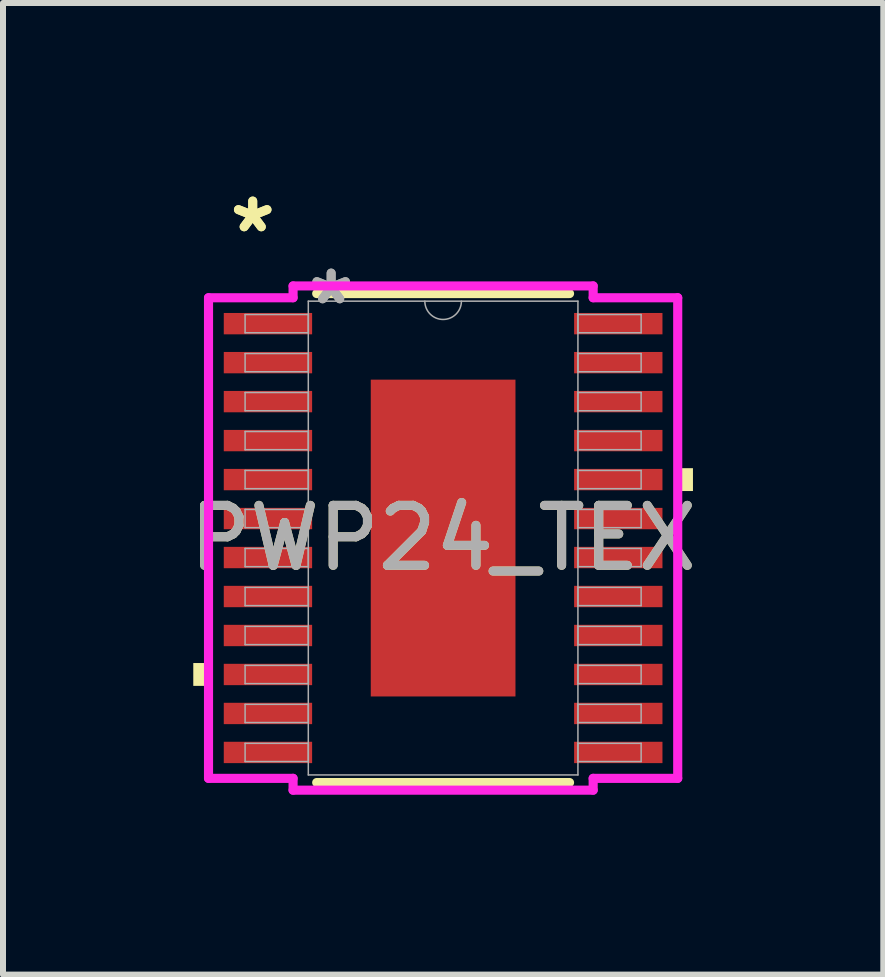
<source format=kicad_pcb>
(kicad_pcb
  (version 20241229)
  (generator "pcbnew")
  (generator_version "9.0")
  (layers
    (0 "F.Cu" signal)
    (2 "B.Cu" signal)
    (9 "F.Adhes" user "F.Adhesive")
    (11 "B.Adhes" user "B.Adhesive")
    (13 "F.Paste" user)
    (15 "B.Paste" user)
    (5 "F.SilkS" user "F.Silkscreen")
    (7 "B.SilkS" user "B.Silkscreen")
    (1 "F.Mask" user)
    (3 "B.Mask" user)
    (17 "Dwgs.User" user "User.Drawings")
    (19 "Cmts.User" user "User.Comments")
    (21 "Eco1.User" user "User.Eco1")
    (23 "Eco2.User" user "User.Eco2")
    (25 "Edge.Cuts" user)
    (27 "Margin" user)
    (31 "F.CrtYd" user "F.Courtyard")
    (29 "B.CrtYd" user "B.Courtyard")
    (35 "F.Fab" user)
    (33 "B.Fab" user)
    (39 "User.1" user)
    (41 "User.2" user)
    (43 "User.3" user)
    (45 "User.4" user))
  (footprint "PWP24_TEX"
    (layer "F.Cu")
    (at 4.339 5.922)
    (property "Reference" "PWP24_TEX" (at 0 0 0) (unlocked yes) (layer "F.SilkS") (effects (font (size 1 1) (thickness 0.15))))
    (attr smd)
    (fp_line (start -2.108 4.077) (end 2.108 4.077) (stroke (width 0.152) (type solid)) (layer "F.SilkS"))
    (fp_line (start 2.108 -4.077) (end -2.108 -4.077) (stroke (width 0.152) (type solid)) (layer "F.SilkS"))
    (fp_poly (pts (xy -4.166 2.084) (xy -4.166 2.465) (xy -3.912 2.465) (xy -3.912 2.084)) (stroke (width 0) (type solid)) (fill yes) (layer "F.SilkS"))
    (fp_poly (pts (xy 4.166 -1.165) (xy 4.166 -0.784) (xy 3.912 -0.784) (xy 3.912 -1.165)) (stroke (width 0) (type solid)) (fill yes) (layer "F.SilkS"))
    (fp_poly (pts (xy -1.107 -2.542) (xy -1.107 -1.421) (xy 1.107 -1.421) (xy 1.107 -2.542)) (stroke (width 0) (type solid)) (fill yes) (layer "F.Paste"))
    (fp_poly (pts (xy -1.107 -1.221) (xy -1.107 -0.1) (xy 1.107 -0.1) (xy 1.107 -1.221)) (stroke (width 0) (type solid)) (fill yes) (layer "F.Paste"))
    (fp_poly (pts (xy -1.107 0.1) (xy -1.107 1.221) (xy 1.107 1.221) (xy 1.107 0.1)) (stroke (width 0) (type solid)) (fill yes) (layer "F.Paste"))
    (fp_poly (pts (xy -1.107 1.421) (xy -1.107 2.542) (xy 1.107 2.542) (xy 1.107 1.421)) (stroke (width 0) (type solid)) (fill yes) (layer "F.Paste"))
    (fp_line (start -3.912 -4.007) (end -2.502 -4.007) (stroke (width 0.152) (type solid)) (layer "F.CrtYd"))
    (fp_line (start -3.912 4.007) (end -3.912 -4.007) (stroke (width 0.152) (type solid)) (layer "F.CrtYd"))
    (fp_line (start -3.912 4.007) (end -2.502 4.007) (stroke (width 0.152) (type solid)) (layer "F.CrtYd"))
    (fp_line (start -2.502 -4.204) (end 2.502 -4.204) (stroke (width 0.152) (type solid)) (layer "F.CrtYd"))
    (fp_line (start -2.502 -4.007) (end -2.502 -4.204) (stroke (width 0.152) (type solid)) (layer "F.CrtYd"))
    (fp_line (start -2.502 4.204) (end -2.502 4.007) (stroke (width 0.152) (type solid)) (layer "F.CrtYd"))
    (fp_line (start 2.502 -4.204) (end 2.502 -4.007) (stroke (width 0.152) (type solid)) (layer "F.CrtYd"))
    (fp_line (start 2.502 4.007) (end 2.502 4.204) (stroke (width 0.152) (type solid)) (layer "F.CrtYd"))
    (fp_line (start 2.502 4.204) (end -2.502 4.204) (stroke (width 0.152) (type solid)) (layer "F.CrtYd"))
    (fp_line (start 3.912 -4.007) (end 2.502 -4.007) (stroke (width 0.152) (type solid)) (layer "F.CrtYd"))
    (fp_line (start 3.912 -4.007) (end 3.912 4.007) (stroke (width 0.152) (type solid)) (layer "F.CrtYd"))
    (fp_line (start 3.912 4.007) (end 2.502 4.007) (stroke (width 0.152) (type solid)) (layer "F.CrtYd"))
    (fp_line (start -3.302 -3.727) (end -3.302 -3.423) (stroke (width 0.025) (type solid)) (layer "F.Fab"))
    (fp_line (start -3.302 -3.423) (end -2.248 -3.423) (stroke (width 0.025) (type solid)) (layer "F.Fab"))
    (fp_line (start -3.302 -3.077) (end -3.302 -2.773) (stroke (width 0.025) (type solid)) (layer "F.Fab"))
    (fp_line (start -3.302 -2.773) (end -2.248 -2.773) (stroke (width 0.025) (type solid)) (layer "F.Fab"))
    (fp_line (start -3.302 -2.427) (end -3.302 -2.123) (stroke (width 0.025) (type solid)) (layer "F.Fab"))
    (fp_line (start -3.302 -2.123) (end -2.248 -2.123) (stroke (width 0.025) (type solid)) (layer "F.Fab"))
    (fp_line (start -3.302 -1.777) (end -3.302 -1.473) (stroke (width 0.025) (type solid)) (layer "F.Fab"))
    (fp_line (start -3.302 -1.473) (end -2.248 -1.473) (stroke (width 0.025) (type solid)) (layer "F.Fab"))
    (fp_line (start -3.302 -1.127) (end -3.302 -0.823) (stroke (width 0.025) (type solid)) (layer "F.Fab"))
    (fp_line (start -3.302 -0.823) (end -2.248 -0.823) (stroke (width 0.025) (type solid)) (layer "F.Fab"))
    (fp_line (start -3.302 -0.477) (end -3.302 -0.173) (stroke (width 0.025) (type solid)) (layer "F.Fab"))
    (fp_line (start -3.302 -0.173) (end -2.248 -0.173) (stroke (width 0.025) (type solid)) (layer "F.Fab"))
    (fp_line (start -3.302 0.173) (end -3.302 0.477) (stroke (width 0.025) (type solid)) (layer "F.Fab"))
    (fp_line (start -3.302 0.477) (end -2.248 0.477) (stroke (width 0.025) (type solid)) (layer "F.Fab"))
    (fp_line (start -3.302 0.823) (end -3.302 1.127) (stroke (width 0.025) (type solid)) (layer "F.Fab"))
    (fp_line (start -3.302 1.127) (end -2.248 1.127) (stroke (width 0.025) (type solid)) (layer "F.Fab"))
    (fp_line (start -3.302 1.473) (end -3.302 1.777) (stroke (width 0.025) (type solid)) (layer "F.Fab"))
    (fp_line (start -3.302 1.777) (end -2.248 1.777) (stroke (width 0.025) (type solid)) (layer "F.Fab"))
    (fp_line (start -3.302 2.123) (end -3.302 2.427) (stroke (width 0.025) (type solid)) (layer "F.Fab"))
    (fp_line (start -3.302 2.427) (end -2.248 2.427) (stroke (width 0.025) (type solid)) (layer "F.Fab"))
    (fp_line (start -3.302 2.773) (end -3.302 3.077) (stroke (width 0.025) (type solid)) (layer "F.Fab"))
    (fp_line (start -3.302 3.077) (end -2.248 3.077) (stroke (width 0.025) (type solid)) (layer "F.Fab"))
    (fp_line (start -3.302 3.423) (end -3.302 3.727) (stroke (width 0.025) (type solid)) (layer "F.Fab"))
    (fp_line (start -3.302 3.727) (end -2.248 3.727) (stroke (width 0.025) (type solid)) (layer "F.Fab"))
    (fp_line (start -2.248 -3.95) (end -2.248 3.95) (stroke (width 0.025) (type solid)) (layer "F.Fab"))
    (fp_line (start -2.248 -3.727) (end -3.302 -3.727) (stroke (width 0.025) (type solid)) (layer "F.Fab"))
    (fp_line (start -2.248 -3.423) (end -2.248 -3.727) (stroke (width 0.025) (type solid)) (layer "F.Fab"))
    (fp_line (start -2.248 -3.077) (end -3.302 -3.077) (stroke (width 0.025) (type solid)) (layer "F.Fab"))
    (fp_line (start -2.248 -2.773) (end -2.248 -3.077) (stroke (width 0.025) (type solid)) (layer "F.Fab"))
    (fp_line (start -2.248 -2.427) (end -3.302 -2.427) (stroke (width 0.025) (type solid)) (layer "F.Fab"))
    (fp_line (start -2.248 -2.123) (end -2.248 -2.427) (stroke (width 0.025) (type solid)) (layer "F.Fab"))
    (fp_line (start -2.248 -1.777) (end -3.302 -1.777) (stroke (width 0.025) (type solid)) (layer "F.Fab"))
    (fp_line (start -2.248 -1.473) (end -2.248 -1.777) (stroke (width 0.025) (type solid)) (layer "F.Fab"))
    (fp_line (start -2.248 -1.127) (end -3.302 -1.127) (stroke (width 0.025) (type solid)) (layer "F.Fab"))
    (fp_line (start -2.248 -0.823) (end -2.248 -1.127) (stroke (width 0.025) (type solid)) (layer "F.Fab"))
    (fp_line (start -2.248 -0.477) (end -3.302 -0.477) (stroke (width 0.025) (type solid)) (layer "F.Fab"))
    (fp_line (start -2.248 -0.173) (end -2.248 -0.477) (stroke (width 0.025) (type solid)) (layer "F.Fab"))
    (fp_line (start -2.248 0.173) (end -3.302 0.173) (stroke (width 0.025) (type solid)) (layer "F.Fab"))
    (fp_line (start -2.248 0.477) (end -2.248 0.173) (stroke (width 0.025) (type solid)) (layer "F.Fab"))
    (fp_line (start -2.248 0.823) (end -3.302 0.823) (stroke (width 0.025) (type solid)) (layer "F.Fab"))
    (fp_line (start -2.248 1.127) (end -2.248 0.823) (stroke (width 0.025) (type solid)) (layer "F.Fab"))
    (fp_line (start -2.248 1.473) (end -3.302 1.473) (stroke (width 0.025) (type solid)) (layer "F.Fab"))
    (fp_line (start -2.248 1.777) (end -2.248 1.473) (stroke (width 0.025) (type solid)) (layer "F.Fab"))
    (fp_line (start -2.248 2.123) (end -3.302 2.123) (stroke (width 0.025) (type solid)) (layer "F.Fab"))
    (fp_line (start -2.248 2.427) (end -2.248 2.123) (stroke (width 0.025) (type solid)) (layer "F.Fab"))
    (fp_line (start -2.248 2.773) (end -3.302 2.773) (stroke (width 0.025) (type solid)) (layer "F.Fab"))
    (fp_line (start -2.248 3.077) (end -2.248 2.773) (stroke (width 0.025) (type solid)) (layer "F.Fab"))
    (fp_line (start -2.248 3.423) (end -3.302 3.423) (stroke (width 0.025) (type solid)) (layer "F.Fab"))
    (fp_line (start -2.248 3.727) (end -2.248 3.423) (stroke (width 0.025) (type solid)) (layer "F.Fab"))
    (fp_line (start -2.248 3.95) (end 2.248 3.95) (stroke (width 0.025) (type solid)) (layer "F.Fab"))
    (fp_line (start 2.248 -3.95) (end -2.248 -3.95) (stroke (width 0.025) (type solid)) (layer "F.Fab"))
    (fp_line (start 2.248 -3.727) (end 2.248 -3.423) (stroke (width 0.025) (type solid)) (layer "F.Fab"))
    (fp_line (start 2.248 -3.423) (end 3.302 -3.423) (stroke (width 0.025) (type solid)) (layer "F.Fab"))
    (fp_line (start 2.248 -3.077) (end 2.248 -2.773) (stroke (width 0.025) (type solid)) (layer "F.Fab"))
    (fp_line (start 2.248 -2.773) (end 3.302 -2.773) (stroke (width 0.025) (type solid)) (layer "F.Fab"))
    (fp_line (start 2.248 -2.427) (end 2.248 -2.123) (stroke (width 0.025) (type solid)) (layer "F.Fab"))
    (fp_line (start 2.248 -2.123) (end 3.302 -2.123) (stroke (width 0.025) (type solid)) (layer "F.Fab"))
    (fp_line (start 2.248 -1.777) (end 2.248 -1.473) (stroke (width 0.025) (type solid)) (layer "F.Fab"))
    (fp_line (start 2.248 -1.473) (end 3.302 -1.473) (stroke (width 0.025) (type solid)) (layer "F.Fab"))
    (fp_line (start 2.248 -1.127) (end 2.248 -0.823) (stroke (width 0.025) (type solid)) (layer "F.Fab"))
    (fp_line (start 2.248 -0.823) (end 3.302 -0.823) (stroke (width 0.025) (type solid)) (layer "F.Fab"))
    (fp_line (start 2.248 -0.477) (end 2.248 -0.173) (stroke (width 0.025) (type solid)) (layer "F.Fab"))
    (fp_line (start 2.248 -0.173) (end 3.302 -0.173) (stroke (width 0.025) (type solid)) (layer "F.Fab"))
    (fp_line (start 2.248 0.173) (end 2.248 0.477) (stroke (width 0.025) (type solid)) (layer "F.Fab"))
    (fp_line (start 2.248 0.477) (end 3.302 0.477) (stroke (width 0.025) (type solid)) (layer "F.Fab"))
    (fp_line (start 2.248 0.823) (end 2.248 1.127) (stroke (width 0.025) (type solid)) (layer "F.Fab"))
    (fp_line (start 2.248 1.127) (end 3.302 1.127) (stroke (width 0.025) (type solid)) (layer "F.Fab"))
    (fp_line (start 2.248 1.473) (end 2.248 1.777) (stroke (width 0.025) (type solid)) (layer "F.Fab"))
    (fp_line (start 2.248 1.777) (end 3.302 1.777) (stroke (width 0.025) (type solid)) (layer "F.Fab"))
    (fp_line (start 2.248 2.123) (end 2.248 2.427) (stroke (width 0.025) (type solid)) (layer "F.Fab"))
    (fp_line (start 2.248 2.427) (end 3.302 2.427) (stroke (width 0.025) (type solid)) (layer "F.Fab"))
    (fp_line (start 2.248 2.773) (end 2.248 3.077) (stroke (width 0.025) (type solid)) (layer "F.Fab"))
    (fp_line (start 2.248 3.077) (end 3.302 3.077) (stroke (width 0.025) (type solid)) (layer "F.Fab"))
    (fp_line (start 2.248 3.423) (end 2.248 3.727) (stroke (width 0.025) (type solid)) (layer "F.Fab"))
    (fp_line (start 2.248 3.727) (end 3.302 3.727) (stroke (width 0.025) (type solid)) (layer "F.Fab"))
    (fp_line (start 2.248 3.95) (end 2.248 -3.95) (stroke (width 0.025) (type solid)) (layer "F.Fab"))
    (fp_line (start 3.302 -3.727) (end 2.248 -3.727) (stroke (width 0.025) (type solid)) (layer "F.Fab"))
    (fp_line (start 3.302 -3.423) (end 3.302 -3.727) (stroke (width 0.025) (type solid)) (layer "F.Fab"))
    (fp_line (start 3.302 -3.077) (end 2.248 -3.077) (stroke (width 0.025) (type solid)) (layer "F.Fab"))
    (fp_line (start 3.302 -2.773) (end 3.302 -3.077) (stroke (width 0.025) (type solid)) (layer "F.Fab"))
    (fp_line (start 3.302 -2.427) (end 2.248 -2.427) (stroke (width 0.025) (type solid)) (layer "F.Fab"))
    (fp_line (start 3.302 -2.123) (end 3.302 -2.427) (stroke (width 0.025) (type solid)) (layer "F.Fab"))
    (fp_line (start 3.302 -1.777) (end 2.248 -1.777) (stroke (width 0.025) (type solid)) (layer "F.Fab"))
    (fp_line (start 3.302 -1.473) (end 3.302 -1.777) (stroke (width 0.025) (type solid)) (layer "F.Fab"))
    (fp_line (start 3.302 -1.127) (end 2.248 -1.127) (stroke (width 0.025) (type solid)) (layer "F.Fab"))
    (fp_line (start 3.302 -0.823) (end 3.302 -1.127) (stroke (width 0.025) (type solid)) (layer "F.Fab"))
    (fp_line (start 3.302 -0.477) (end 2.248 -0.477) (stroke (width 0.025) (type solid)) (layer "F.Fab"))
    (fp_line (start 3.302 -0.173) (end 3.302 -0.477) (stroke (width 0.025) (type solid)) (layer "F.Fab"))
    (fp_line (start 3.302 0.173) (end 2.248 0.173) (stroke (width 0.025) (type solid)) (layer "F.Fab"))
    (fp_line (start 3.302 0.477) (end 3.302 0.173) (stroke (width 0.025) (type solid)) (layer "F.Fab"))
    (fp_line (start 3.302 0.823) (end 2.248 0.823) (stroke (width 0.025) (type solid)) (layer "F.Fab"))
    (fp_line (start 3.302 1.127) (end 3.302 0.823) (stroke (width 0.025) (type solid)) (layer "F.Fab"))
    (fp_line (start 3.302 1.473) (end 2.248 1.473) (stroke (width 0.025) (type solid)) (layer "F.Fab"))
    (fp_line (start 3.302 1.777) (end 3.302 1.473) (stroke (width 0.025) (type solid)) (layer "F.Fab"))
    (fp_line (start 3.302 2.123) (end 2.248 2.123) (stroke (width 0.025) (type solid)) (layer "F.Fab"))
    (fp_line (start 3.302 2.427) (end 3.302 2.123) (stroke (width 0.025) (type solid)) (layer "F.Fab"))
    (fp_line (start 3.302 2.773) (end 2.248 2.773) (stroke (width 0.025) (type solid)) (layer "F.Fab"))
    (fp_line (start 3.302 3.077) (end 3.302 2.773) (stroke (width 0.025) (type solid)) (layer "F.Fab"))
    (fp_line (start 3.302 3.423) (end 2.248 3.423) (stroke (width 0.025) (type solid)) (layer "F.Fab"))
    (fp_line (start 3.302 3.727) (end 3.302 3.423) (stroke (width 0.025) (type solid)) (layer "F.Fab"))
    (fp_arc (start 0.3048 -3.9497) (mid 0 -3.6449) (end -0.3048 -3.9497) (stroke (width 0.0254) (type solid)) (layer "F.Fab"))
    (fp_text user "*" (at -3.175 -5.074 0) (unlocked yes) (layer "F.SilkS") (effects (font (size 1 1) (thickness 0.15))))
    (fp_text user "*" (at -3.175 -5.074 0) (layer "F.SilkS") (effects (font (size 1 1) (thickness 0.15))))
    (fp_text user "${REFERENCE}" (at 0 0 0) (unlocked yes) (layer "F.Fab") (effects (font (size 1 1) (thickness 0.15))))
    (fp_text user "*" (at -1.867 -3.873 0) (unlocked yes) (layer "F.Fab") (effects (font (size 1 1) (thickness 0.15))))
    (fp_text user "*" (at -1.867 -3.873 0) (layer "F.Fab") (effects (font (size 1 1) (thickness 0.15))))
    (pad "1" smd rect (at -2.921 -3.575) (size 1.473 0.356) (layers "F.Cu" "F.Mask" "F.Paste"))
    (pad "2" smd rect (at -2.921 -2.925) (size 1.473 0.356) (layers "F.Cu" "F.Mask" "F.Paste"))
    (pad "3" smd rect (at -2.921 -2.275) (size 1.473 0.356) (layers "F.Cu" "F.Mask" "F.Paste"))
    (pad "4" smd rect (at -2.921 -1.625) (size 1.473 0.356) (layers "F.Cu" "F.Mask" "F.Paste"))
    (pad "5" smd rect (at -2.921 -0.975) (size 1.473 0.356) (layers "F.Cu" "F.Mask" "F.Paste"))
    (pad "6" smd rect (at -2.921 -0.325) (size 1.473 0.356) (layers "F.Cu" "F.Mask" "F.Paste"))
    (pad "7" smd rect (at -2.921 0.325) (size 1.473 0.356) (layers "F.Cu" "F.Mask" "F.Paste"))
    (pad "8" smd rect (at -2.921 0.975) (size 1.473 0.356) (layers "F.Cu" "F.Mask" "F.Paste"))
    (pad "9" smd rect (at -2.921 1.625) (size 1.473 0.356) (layers "F.Cu" "F.Mask" "F.Paste"))
    (pad "10" smd rect (at -2.921 2.275) (size 1.473 0.356) (layers "F.Cu" "F.Mask" "F.Paste"))
    (pad "11" smd rect (at -2.921 2.925) (size 1.473 0.356) (layers "F.Cu" "F.Mask" "F.Paste"))
    (pad "12" smd rect (at -2.921 3.575) (size 1.473 0.356) (layers "F.Cu" "F.Mask" "F.Paste"))
    (pad "13" smd rect (at 2.921 3.575) (size 1.473 0.356) (layers "F.Cu" "F.Mask" "F.Paste"))
    (pad "14" smd rect (at 2.921 2.925) (size 1.473 0.356) (layers "F.Cu" "F.Mask" "F.Paste"))
    (pad "15" smd rect (at 2.921 2.275) (size 1.473 0.356) (layers "F.Cu" "F.Mask" "F.Paste"))
    (pad "16" smd rect (at 2.921 1.625) (size 1.473 0.356) (layers "F.Cu" "F.Mask" "F.Paste"))
    (pad "17" smd rect (at 2.921 0.975) (size 1.473 0.356) (layers "F.Cu" "F.Mask" "F.Paste"))
    (pad "18" smd rect (at 2.921 0.325) (size 1.473 0.356) (layers "F.Cu" "F.Mask" "F.Paste"))
    (pad "19" smd rect (at 2.921 -0.325) (size 1.473 0.356) (layers "F.Cu" "F.Mask" "F.Paste"))
    (pad "20" smd rect (at 2.921 -0.975) (size 1.473 0.356) (layers "F.Cu" "F.Mask" "F.Paste"))
    (pad "21" smd rect (at 2.921 -1.625) (size 1.473 0.356) (layers "F.Cu" "F.Mask" "F.Paste"))
    (pad "22" smd rect (at 2.921 -2.275) (size 1.473 0.356) (layers "F.Cu" "F.Mask" "F.Paste"))
    (pad "23" smd rect (at 2.921 -2.925) (size 1.473 0.356) (layers "F.Cu" "F.Mask" "F.Paste"))
    (pad "24" smd rect (at 2.921 -3.575) (size 1.473 0.356) (layers "F.Cu" "F.Mask" "F.Paste"))
    (pad "EPAD" smd rect (at 0 0) (size 2.413 5.283) (layers "F.Cu" "F.Mask")))
  (gr_rect
    (start -3 -3)
    (end 11.679 13.202)
    (stroke (width 0.1) (type default))
    (fill no)
    (layer "Edge.Cuts")))
</source>
